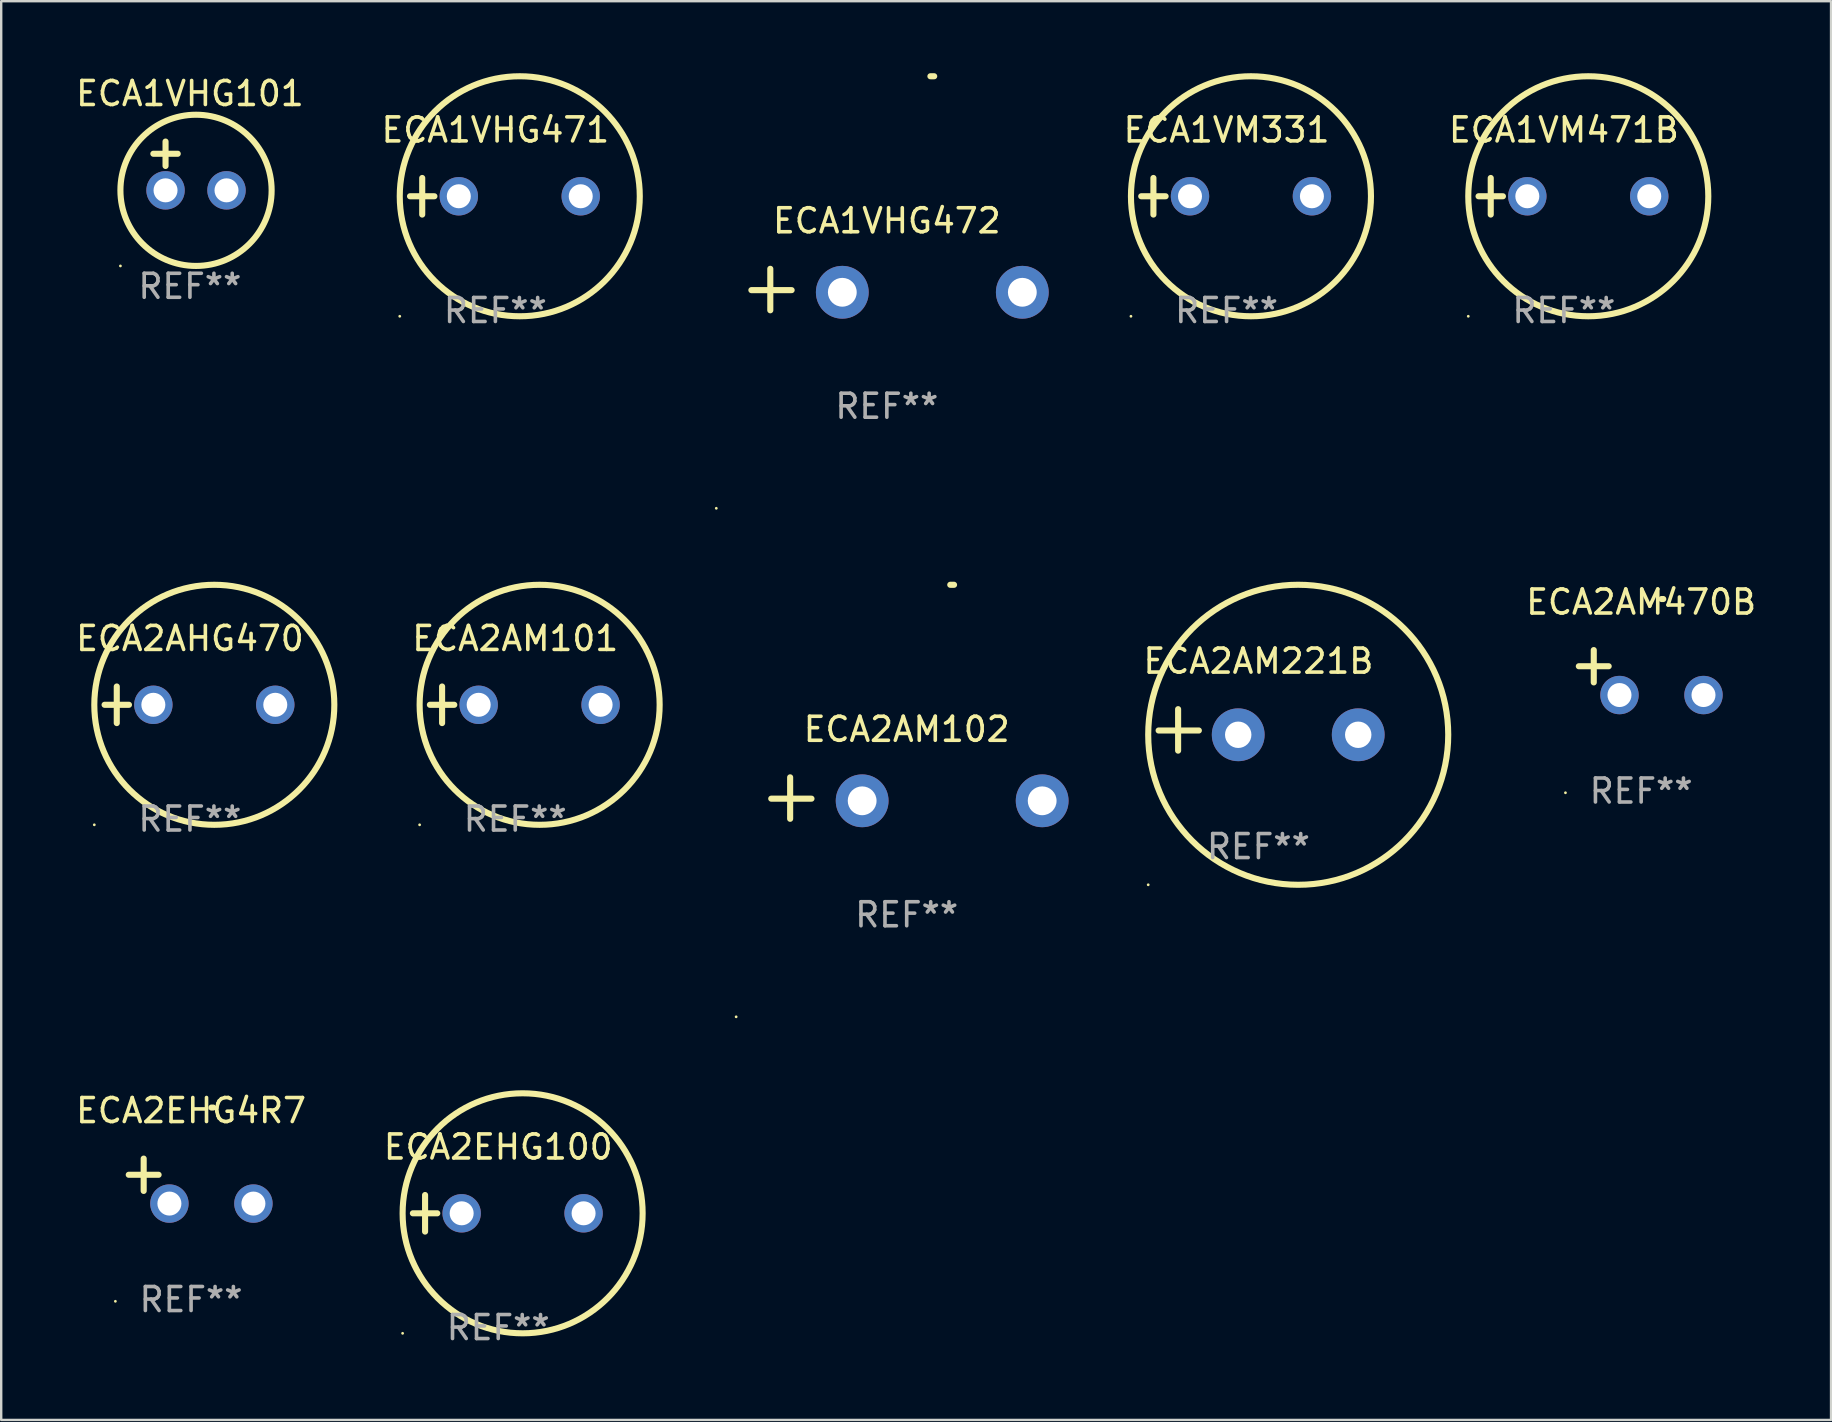
<source format=kicad_pcb>
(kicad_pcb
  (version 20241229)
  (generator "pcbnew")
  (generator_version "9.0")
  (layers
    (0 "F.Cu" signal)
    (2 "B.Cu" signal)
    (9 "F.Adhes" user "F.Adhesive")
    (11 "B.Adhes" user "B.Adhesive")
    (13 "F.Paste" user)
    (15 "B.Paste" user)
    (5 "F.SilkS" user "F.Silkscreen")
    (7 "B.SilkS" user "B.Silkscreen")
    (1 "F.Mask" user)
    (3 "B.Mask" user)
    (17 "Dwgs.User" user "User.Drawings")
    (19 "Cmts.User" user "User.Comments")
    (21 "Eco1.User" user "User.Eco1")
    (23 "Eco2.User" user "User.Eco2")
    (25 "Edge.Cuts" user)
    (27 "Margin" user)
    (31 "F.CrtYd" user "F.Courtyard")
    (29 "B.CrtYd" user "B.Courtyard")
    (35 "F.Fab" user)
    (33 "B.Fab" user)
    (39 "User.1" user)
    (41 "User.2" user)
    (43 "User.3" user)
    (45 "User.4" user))
  (footprint "ECA1VM331"
    (layer "F.Cu")
    (at 48.053 5.127)
    (property "Reference" "ECA1VM331" (at 0 -2.762 0) (layer "F.SilkS") (effects (font (size 1 1) (thickness 0.15))))
    (attr through_hole)
    (fp_line (start -3.556 0) (end -2.54 0) (stroke (width 0.254) (type solid)) (layer "F.SilkS"))
    (fp_line (start -3.048 -0.762) (end -3.048 0.762) (stroke (width 0.254) (type solid)) (layer "F.SilkS"))
    (fp_circle (center -3.984 5) (end -3.954 5) (stroke (width 0.06) (type solid)) (fill no) (layer "F.SilkS"))
    (fp_circle (center 1.016 0) (end 6.016 0) (stroke (width 0.254) (type solid)) (fill no) (layer "F.SilkS"))
    (fp_text user "REF**" (at 0 4.762 0) (layer "F.Fab") (effects (font (size 1 1) (thickness 0.15))))
    (pad "1" thru_hole circle (at -1.524 0) (size 1.6 1.6) (drill 1) (layers "*.Cu" "*.Mask"))
    (pad "2" thru_hole circle (at 3.556 0) (size 1.6 1.6) (drill 1) (layers "*.Cu" "*.Mask")))
  (footprint "ECA2EHG4R7"
    (layer "F.Cu")
    (at 4.911 46.158)
    (property "Reference" "ECA2EHG4R7" (at 0 -2.937 0) (layer "F.SilkS") (effects (font (size 1 1) (thickness 0.15))))
    (attr through_hole)
    (fp_line (start -1.975 0.41) (end -1.975 -0.937) (stroke (width 0.254) (type solid)) (layer "F.SilkS"))
    (fp_line (start -1.353 -0.263) (end -2.597 -0.263) (stroke (width 0.254) (type solid)) (layer "F.SilkS"))
    (fp_arc (start 0.849809 -3.063957) (mid 0.885369 -3.064114) (end 0.920929 -3.063957) (stroke (width 0.254001) (type solid)) (layer "F.SilkS"))
    (fp_circle (center -3.154 5.008) (end -3.124 5.008) (stroke (width 0.06) (type solid)) (fill no) (layer "F.SilkS"))
    (fp_text user "REF**" (at 0 4.937 0) (layer "F.Fab") (effects (font (size 1 1) (thickness 0.15))))
    (pad "1" thru_hole circle (at -0.903 0.937) (size 1.6 1.6) (drill 1) (layers "*.Cu" "*.Mask"))
    (pad "2" thru_hole circle (at 2.597 0.937) (size 1.6 1.6) (drill 1) (layers "*.Cu" "*.Mask")))
  (footprint "ECA1VHG471"
    (layer "F.Cu")
    (at 17.589 5.127)
    (property "Reference" "ECA1VHG471" (at 0 -2.762 0) (layer "F.SilkS") (effects (font (size 1 1) (thickness 0.15))))
    (attr through_hole)
    (fp_line (start -3.556 0) (end -2.54 0) (stroke (width 0.254) (type solid)) (layer "F.SilkS"))
    (fp_line (start -3.048 -0.762) (end -3.048 0.762) (stroke (width 0.254) (type solid)) (layer "F.SilkS"))
    (fp_circle (center -3.984 5) (end -3.954 5) (stroke (width 0.06) (type solid)) (fill no) (layer "F.SilkS"))
    (fp_circle (center 1.016 0) (end 6.016 0) (stroke (width 0.254) (type solid)) (fill no) (layer "F.SilkS"))
    (fp_text user "REF**" (at 0 4.762 0) (layer "F.Fab") (effects (font (size 1 1) (thickness 0.15))))
    (pad "1" thru_hole circle (at -1.524 0) (size 1.6 1.6) (drill 1) (layers "*.Cu" "*.Mask"))
    (pad "2" thru_hole circle (at 3.556 0) (size 1.6 1.6) (drill 1) (layers "*.Cu" "*.Mask")))
  (footprint "ECA2AM101"
    (layer "F.Cu")
    (at 18.417 26.314)
    (property "Reference" "ECA2AM101" (at 0 -2.762 0) (layer "F.SilkS") (effects (font (size 1 1) (thickness 0.15))))
    (attr through_hole)
    (fp_line (start -3.556 0) (end -2.54 0) (stroke (width 0.254) (type solid)) (layer "F.SilkS"))
    (fp_line (start -3.048 -0.762) (end -3.048 0.762) (stroke (width 0.254) (type solid)) (layer "F.SilkS"))
    (fp_circle (center -3.984 5) (end -3.954 5) (stroke (width 0.06) (type solid)) (fill no) (layer "F.SilkS"))
    (fp_circle (center 1.016 0) (end 6.016 0) (stroke (width 0.254) (type solid)) (fill no) (layer "F.SilkS"))
    (fp_text user "REF**" (at 0 4.762 0) (layer "F.Fab") (effects (font (size 1 1) (thickness 0.15))))
    (pad "1" thru_hole circle (at -1.524 0) (size 1.6 1.6) (drill 1) (layers "*.Cu" "*.Mask"))
    (pad "2" thru_hole circle (at 3.556 0) (size 1.6 1.6) (drill 1) (layers "*.Cu" "*.Mask")))
  (footprint "ECA2AM470B"
    (layer "F.Cu")
    (at 65.326 24.971)
    (property "Reference" "ECA2AM470B" (at 0 -2.937 0) (layer "F.SilkS") (effects (font (size 1 1) (thickness 0.15))))
    (attr through_hole)
    (fp_line (start -1.975 0.41) (end -1.975 -0.937) (stroke (width 0.254) (type solid)) (layer "F.SilkS"))
    (fp_line (start -1.353 -0.263) (end -2.597 -0.263) (stroke (width 0.254) (type solid)) (layer "F.SilkS"))
    (fp_arc (start 0.849809 -3.063957) (mid 0.885369 -3.064114) (end 0.920929 -3.063957) (stroke (width 0.254001) (type solid)) (layer "F.SilkS"))
    (fp_circle (center -3.154 5.008) (end -3.124 5.008) (stroke (width 0.06) (type solid)) (fill no) (layer "F.SilkS"))
    (fp_text user "REF**" (at 0 4.937 0) (layer "F.Fab") (effects (font (size 1 1) (thickness 0.15))))
    (pad "1" thru_hole circle (at -0.903 0.937) (size 1.6 1.6) (drill 1) (layers "*.Cu" "*.Mask"))
    (pad "2" thru_hole circle (at 2.597 0.937) (size 1.6 1.6) (drill 1) (layers "*.Cu" "*.Mask")))
  (footprint "ECA1VHG472"
    (layer "F.Cu")
    (at 33.899 9.013)
    (property "Reference" "ECA1VHG472" (at 0 -2.864 0) (layer "F.SilkS") (effects (font (size 1 1) (thickness 0.15))))
    (attr through_hole)
    (fp_line (start -4.856 0.864) (end -4.856 -0.864) (stroke (width 0.254) (type solid)) (layer "F.SilkS"))
    (fp_line (start -3.967 0.025) (end -5.644 0.025) (stroke (width 0.254) (type solid)) (layer "F.SilkS"))
    (fp_arc (start 1.815024 -8.885649) (mid 1.893764 -8.88599) (end 1.972504 -8.885649) (stroke (width 0.254001) (type solid)) (layer "F.SilkS"))
    (fp_circle (center -7.106 9.114) (end -7.076 9.114) (stroke (width 0.06) (type solid)) (fill no) (layer "F.SilkS"))
    (fp_text user "REF**" (at 0 4.864 0) (layer "F.Fab") (effects (font (size 1 1) (thickness 0.15))))
    (pad "1" thru_hole circle (at -1.856 0.114) (size 2.2 2.2) (drill 1.2) (layers "*.Cu" "*.Mask"))
    (pad "2" thru_hole circle (at 5.644 0.114) (size 2.2 2.2) (drill 1.2) (layers "*.Cu" "*.Mask")))
  (footprint "ECA2EHG100"
    (layer "F.Cu")
    (at 17.708 47.5)
    (property "Reference" "ECA2EHG100" (at 0 -2.762 0) (layer "F.SilkS") (effects (font (size 1 1) (thickness 0.15))))
    (attr through_hole)
    (fp_line (start -3.556 0) (end -2.54 0) (stroke (width 0.254) (type solid)) (layer "F.SilkS"))
    (fp_line (start -3.048 -0.762) (end -3.048 0.762) (stroke (width 0.254) (type solid)) (layer "F.SilkS"))
    (fp_circle (center -3.984 5) (end -3.954 5) (stroke (width 0.06) (type solid)) (fill no) (layer "F.SilkS"))
    (fp_circle (center 1.016 0) (end 6.016 0) (stroke (width 0.254) (type solid)) (fill no) (layer "F.SilkS"))
    (fp_text user "REF**" (at 0 4.762 0) (layer "F.Fab") (effects (font (size 1 1) (thickness 0.15))))
    (pad "1" thru_hole circle (at -1.524 0) (size 1.6 1.6) (drill 1) (layers "*.Cu" "*.Mask"))
    (pad "2" thru_hole circle (at 3.556 0) (size 1.6 1.6) (drill 1) (layers "*.Cu" "*.Mask")))
  (footprint "ECA2AM221B"
    (layer "F.Cu")
    (at 49.38 27.36)
    (property "Reference" "ECA2AM221B" (at 0 -2.864 0) (layer "F.SilkS") (effects (font (size 1 1) (thickness 0.15))))
    (attr through_hole)
    (fp_line (start -3.346 0.864) (end -3.346 -0.864) (stroke (width 0.254) (type solid)) (layer "F.SilkS"))
    (fp_line (start -2.482 0.025) (end -4.158 0.025) (stroke (width 0.254) (type solid)) (layer "F.SilkS"))
    (fp_circle (center -4.592 6.453) (end -4.562 6.453) (stroke (width 0.06) (type solid)) (fill no) (layer "F.SilkS"))
    (fp_circle (center 1.658 0.203) (end 7.908 0.203) (stroke (width 0.254) (type solid)) (fill no) (layer "F.SilkS"))
    (fp_text user "REF**" (at 0 4.864 0) (layer "F.Fab") (effects (font (size 1 1) (thickness 0.15))))
    (pad "1" thru_hole circle (at -0.842 0.203) (size 2.2 2.2) (drill 1.1) (layers "*.Cu" "*.Mask"))
    (pad "2" thru_hole circle (at 4.158 0.203) (size 2.2 2.2) (drill 1.1) (layers "*.Cu" "*.Mask")))
  (footprint "ECA2AM102"
    (layer "F.Cu")
    (at 34.726 30.2)
    (property "Reference" "ECA2AM102" (at 0 -2.864 0) (layer "F.SilkS") (effects (font (size 1 1) (thickness 0.15))))
    (attr through_hole)
    (fp_line (start -4.856 0.864) (end -4.856 -0.864) (stroke (width 0.254) (type solid)) (layer "F.SilkS"))
    (fp_line (start -3.967 0.025) (end -5.644 0.025) (stroke (width 0.254) (type solid)) (layer "F.SilkS"))
    (fp_arc (start 1.815024 -8.885649) (mid 1.893764 -8.88599) (end 1.972504 -8.885649) (stroke (width 0.254001) (type solid)) (layer "F.SilkS"))
    (fp_circle (center -7.106 9.114) (end -7.076 9.114) (stroke (width 0.06) (type solid)) (fill no) (layer "F.SilkS"))
    (fp_text user "REF**" (at 0 4.864 0) (layer "F.Fab") (effects (font (size 1 1) (thickness 0.15))))
    (pad "1" thru_hole circle (at -1.856 0.114) (size 2.2 2.2) (drill 1.2) (layers "*.Cu" "*.Mask"))
    (pad "2" thru_hole circle (at 5.644 0.114) (size 2.2 2.2) (drill 1.2) (layers "*.Cu" "*.Mask")))
  (footprint "ECA2AHG470"
    (layer "F.Cu")
    (at 4.863 26.314)
    (property "Reference" "ECA2AHG470" (at 0 -2.762 0) (layer "F.SilkS") (effects (font (size 1 1) (thickness 0.15))))
    (attr through_hole)
    (fp_line (start -3.556 0) (end -2.54 0) (stroke (width 0.254) (type solid)) (layer "F.SilkS"))
    (fp_line (start -3.048 -0.762) (end -3.048 0.762) (stroke (width 0.254) (type solid)) (layer "F.SilkS"))
    (fp_circle (center -3.984 5) (end -3.954 5) (stroke (width 0.06) (type solid)) (fill no) (layer "F.SilkS"))
    (fp_circle (center 1.016 0) (end 6.016 0) (stroke (width 0.254) (type solid)) (fill no) (layer "F.SilkS"))
    (fp_text user "REF**" (at 0 4.762 0) (layer "F.Fab") (effects (font (size 1 1) (thickness 0.15))))
    (pad "1" thru_hole circle (at -1.524 0) (size 1.6 1.6) (drill 1) (layers "*.Cu" "*.Mask"))
    (pad "2" thru_hole circle (at 3.556 0) (size 1.6 1.6) (drill 1) (layers "*.Cu" "*.Mask")))
  (footprint "ECA1VM471B"
    (layer "F.Cu")
    (at 62.107 5.127)
    (property "Reference" "ECA1VM471B" (at 0 -2.762 0) (layer "F.SilkS") (effects (font (size 1 1) (thickness 0.15))))
    (attr through_hole)
    (fp_line (start -3.556 0) (end -2.54 0) (stroke (width 0.254) (type solid)) (layer "F.SilkS"))
    (fp_line (start -3.048 -0.762) (end -3.048 0.762) (stroke (width 0.254) (type solid)) (layer "F.SilkS"))
    (fp_circle (center -3.984 5) (end -3.954 5) (stroke (width 0.06) (type solid)) (fill no) (layer "F.SilkS"))
    (fp_circle (center 1.016 0) (end 6.016 0) (stroke (width 0.254) (type solid)) (fill no) (layer "F.SilkS"))
    (fp_text user "REF**" (at 0 4.762 0) (layer "F.Fab") (effects (font (size 1 1) (thickness 0.15))))
    (pad "1" thru_hole circle (at -1.524 0) (size 1.6 1.6) (drill 1) (layers "*.Cu" "*.Mask"))
    (pad "2" thru_hole circle (at 3.556 0) (size 1.6 1.6) (drill 1) (layers "*.Cu" "*.Mask")))
  (footprint "ECA1VHG101"
    (layer "F.Cu")
    (at 4.863 3.864)
    (property "Reference" "ECA1VHG101" (at 0 -3.016 0) (layer "F.SilkS") (effects (font (size 1 1) (thickness 0.15))))
    (attr through_hole)
    (fp_line (start -1.524 -0.508) (end -0.508 -0.508) (stroke (width 0.254) (type solid)) (layer "F.SilkS"))
    (fp_line (start -1.016 -1.016) (end -1.016 0) (stroke (width 0.254) (type solid)) (layer "F.SilkS"))
    (fp_circle (center -2.896 4.166) (end -2.866 4.166) (stroke (width 0.06) (type solid)) (fill no) (layer "F.SilkS"))
    (fp_circle (center 0.254 1.016) (end 3.404 1.016) (stroke (width 0.254) (type solid)) (fill no) (layer "F.SilkS"))
    (fp_text user "REF**" (at 0 5.016 0) (layer "F.Fab") (effects (font (size 1 1) (thickness 0.15))))
    (pad "1" thru_hole circle (at -1.016 1.016) (size 1.6 1.6) (drill 1) (layers "*.Cu" "*.Mask"))
    (pad "2" thru_hole circle (at 1.524 1.016) (size 1.6 1.6) (drill 1) (layers "*.Cu" "*.Mask")))
  (gr_rect
    (start -3 -3)
    (end 73.237 56.11)
    (stroke (width 0.1) (type default))
    (fill no)
    (layer "Edge.Cuts")))
</source>
